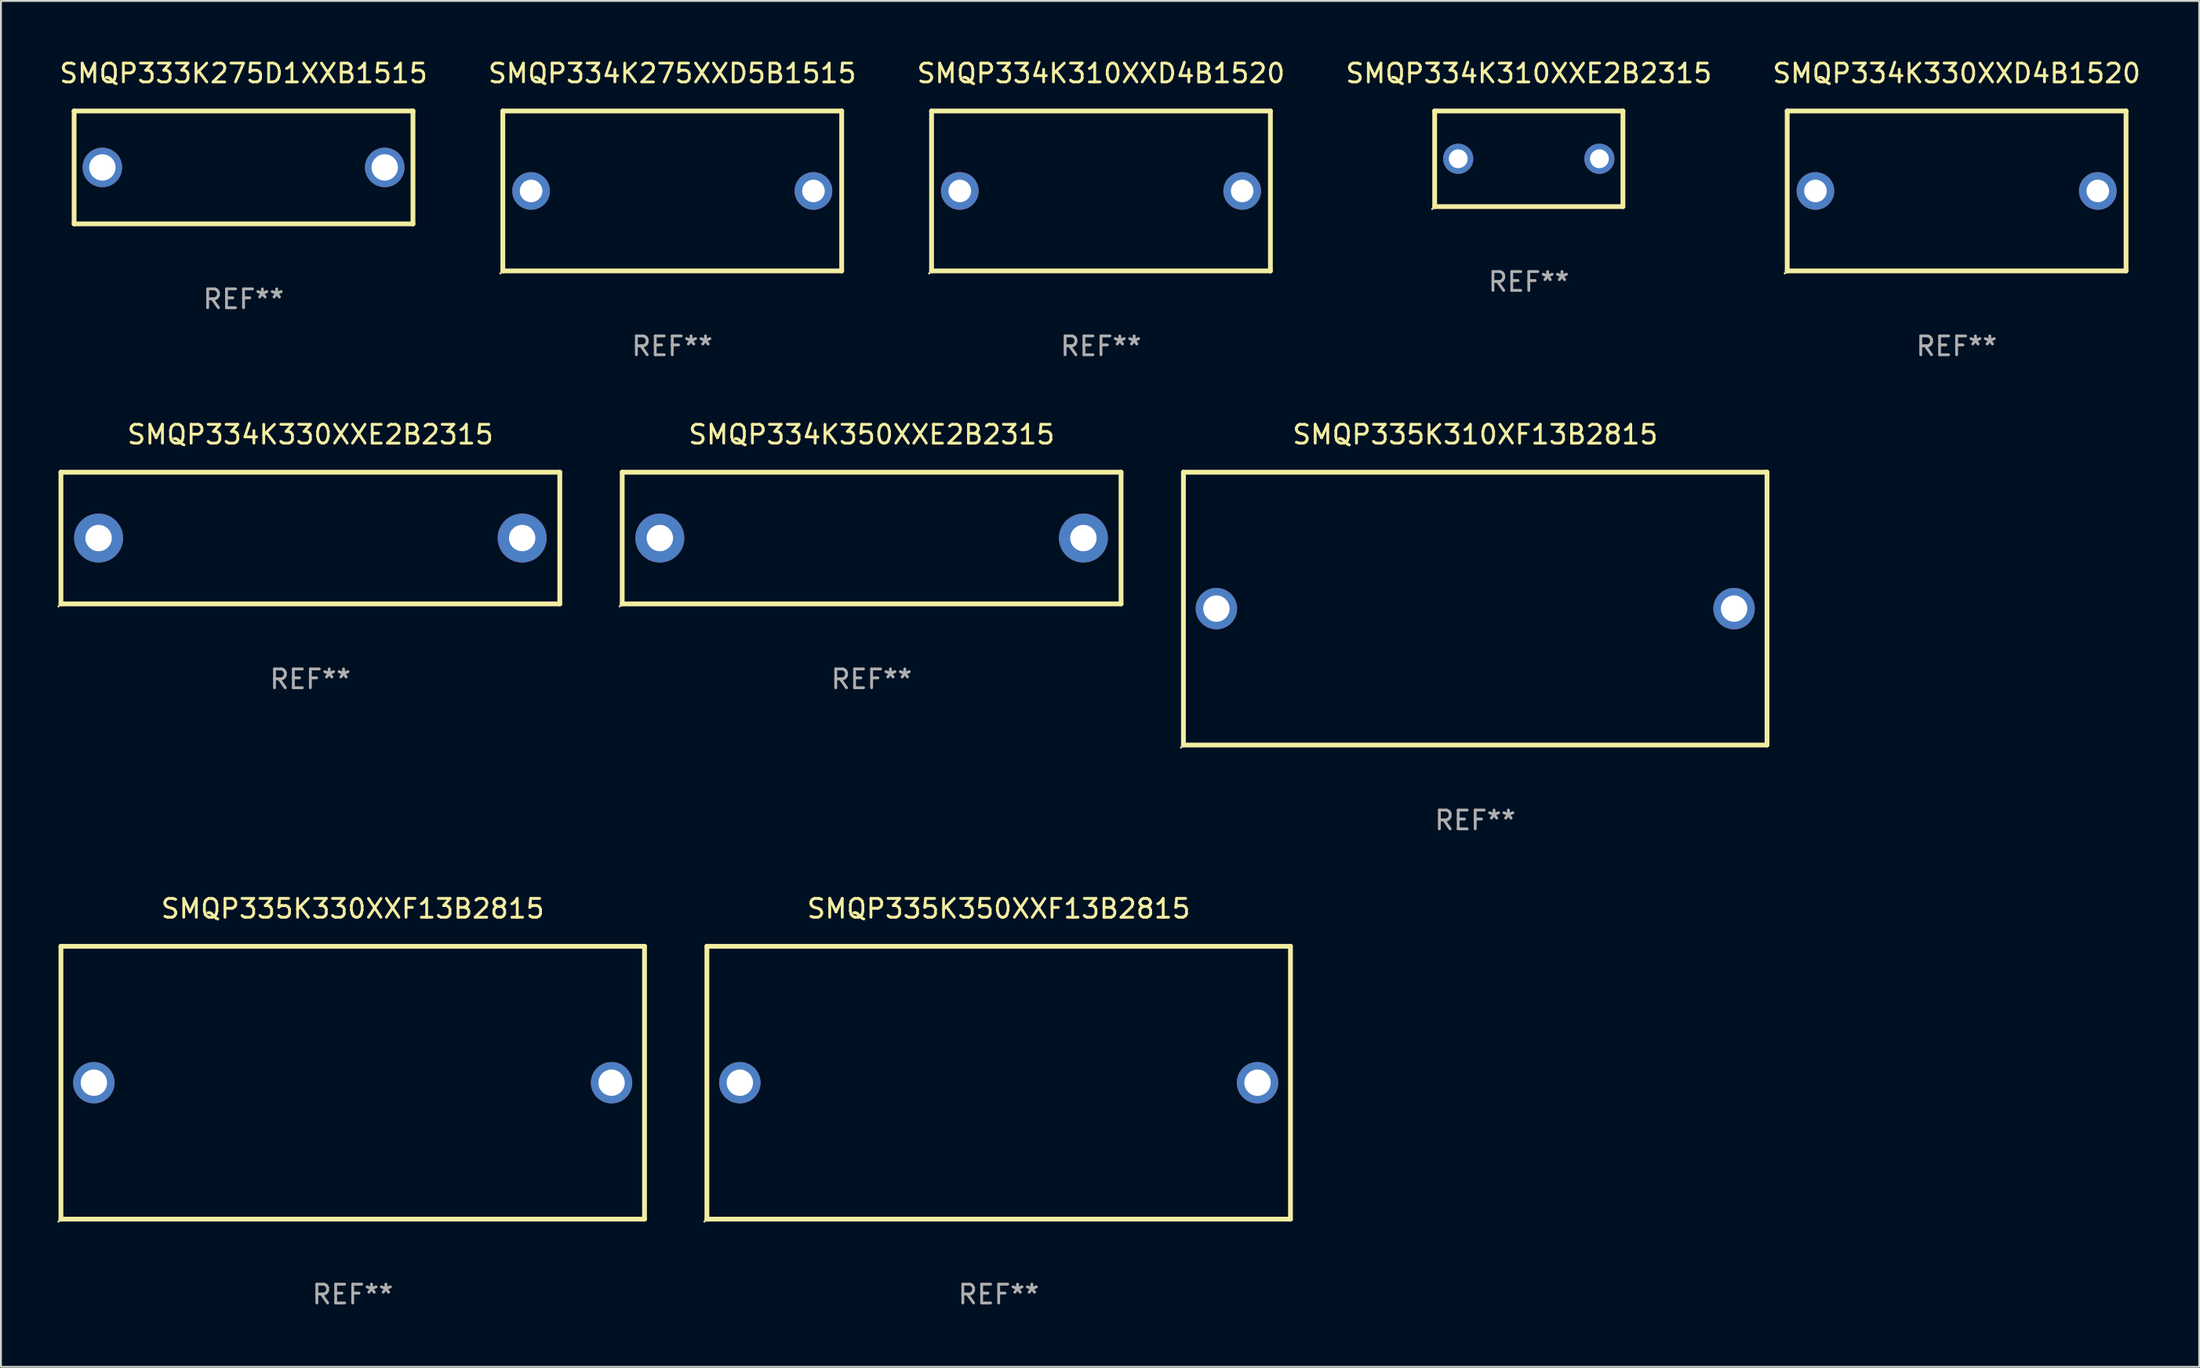
<source format=kicad_pcb>
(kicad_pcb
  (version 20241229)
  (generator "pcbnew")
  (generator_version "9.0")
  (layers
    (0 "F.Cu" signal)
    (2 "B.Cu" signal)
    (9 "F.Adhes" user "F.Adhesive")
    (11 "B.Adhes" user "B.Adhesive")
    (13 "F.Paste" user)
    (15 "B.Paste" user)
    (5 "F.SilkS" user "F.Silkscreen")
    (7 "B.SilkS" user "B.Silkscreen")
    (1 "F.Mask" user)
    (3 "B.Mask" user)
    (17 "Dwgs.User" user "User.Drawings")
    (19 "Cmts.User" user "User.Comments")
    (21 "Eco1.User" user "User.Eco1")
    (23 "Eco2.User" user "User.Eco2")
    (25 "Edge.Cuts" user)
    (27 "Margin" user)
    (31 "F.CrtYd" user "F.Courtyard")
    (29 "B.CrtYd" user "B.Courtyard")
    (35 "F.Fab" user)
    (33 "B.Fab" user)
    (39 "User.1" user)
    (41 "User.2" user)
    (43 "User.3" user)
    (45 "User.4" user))
  (footprint "SMQP334K310XXD4B1520"
    (layer "F.Cu")
    (at 55.435 7.098)
    (property "Reference" "SMQP334K310XXD4B1520" (at 0 -6.25 0) (layer "F.SilkS") (effects (font (size 1 1) (thickness 0.15))))
    (attr through_hole)
    (fp_line (start -9 -4.25) (end -9 4.25) (stroke (width 0.254) (type solid)) (layer "F.SilkS"))
    (fp_line (start -9 -4.25) (end 9 -4.25) (stroke (width 0.254) (type solid)) (layer "F.SilkS"))
    (fp_line (start 9 4.25) (end -9 4.25) (stroke (width 0.254) (type solid)) (layer "F.SilkS"))
    (fp_line (start 9 4.25) (end 9 -4.25) (stroke (width 0.254) (type solid)) (layer "F.SilkS"))
    (fp_circle (center -9.127 4.377) (end -9.097 4.377) (stroke (width 0.06) (type solid)) (fill no) (layer "F.SilkS"))
    (fp_text user "REF**" (at 0 8.25 0) (layer "F.Fab") (effects (font (size 1 1) (thickness 0.15))))
    (pad "1" thru_hole circle (at -7.5 0) (size 2 2) (drill 1.2) (layers "*.Cu" "*.Mask"))
    (pad "2" thru_hole circle (at 7.5 0) (size 2 2) (drill 1.2) (layers "*.Cu" "*.Mask")))
  (footprint "SMQP334K330XXE2B2315"
    (layer "F.Cu")
    (at 13.437 25.545)
    (property "Reference" "SMQP334K330XXE2B2315" (at 0 -5.5 0) (layer "F.SilkS") (effects (font (size 1 1) (thickness 0.15))))
    (attr through_hole)
    (fp_line (start -13.25 -3.5) (end 13.25 -3.5) (stroke (width 0.254) (type solid)) (layer "F.SilkS"))
    (fp_line (start -13.25 3.5) (end -13.25 -3.5) (stroke (width 0.254) (type solid)) (layer "F.SilkS"))
    (fp_line (start 13.25 -3.5) (end 13.25 3.5) (stroke (width 0.254) (type solid)) (layer "F.SilkS"))
    (fp_line (start 13.25 3.5) (end -13.25 3.5) (stroke (width 0.254) (type solid)) (layer "F.SilkS"))
    (fp_circle (center -13.377 3.627) (end -13.347 3.627) (stroke (width 0.06) (type solid)) (fill no) (layer "F.SilkS"))
    (fp_text user "REF**" (at 0 7.5 0) (layer "F.Fab") (effects (font (size 1 1) (thickness 0.15))))
    (pad "1" thru_hole circle (at -11.25 0) (size 2.6 2.6) (drill 1.4) (layers "*.Cu" "*.Mask"))
    (pad "2" thru_hole circle (at 11.25 0) (size 2.6 2.6) (drill 1.4) (layers "*.Cu" "*.Mask")))
  (footprint "SMQP335K310XF13B2815"
    (layer "F.Cu")
    (at 75.315 29.295)
    (property "Reference" "SMQP335K310XF13B2815" (at 0 -9.25 0) (layer "F.SilkS") (effects (font (size 1 1) (thickness 0.15))))
    (attr through_hole)
    (fp_line (start -15.5 -7.25) (end 15.5 -7.25) (stroke (width 0.254) (type solid)) (layer "F.SilkS"))
    (fp_line (start -15.5 7.25) (end -15.5 -7.25) (stroke (width 0.254) (type solid)) (layer "F.SilkS"))
    (fp_line (start 15.5 -7.25) (end 15.5 7.25) (stroke (width 0.254) (type solid)) (layer "F.SilkS"))
    (fp_line (start 15.5 7.25) (end -15.5 7.25) (stroke (width 0.254) (type solid)) (layer "F.SilkS"))
    (fp_circle (center -15.627 7.377) (end -15.597 7.377) (stroke (width 0.06) (type solid)) (fill no) (layer "F.SilkS"))
    (fp_text user "REF**" (at 0 11.25 0) (layer "F.Fab") (effects (font (size 1 1) (thickness 0.15))))
    (pad "1" thru_hole circle (at -13.75 -0.000013) (size 2.2 2.2) (drill 1.4) (layers "*.Cu" "*.Mask"))
    (pad "2" thru_hole circle (at 13.75 -0.000013) (size 2.2 2.2) (drill 1.4) (layers "*.Cu" "*.Mask")))
  (footprint "SMQP335K350XXF13B2815"
    (layer "F.Cu")
    (at 50.001 54.491)
    (property "Reference" "SMQP335K350XXF13B2815" (at 0 -9.25 0) (layer "F.SilkS") (effects (font (size 1 1) (thickness 0.15))))
    (attr through_hole)
    (fp_line (start -15.5 -7.25) (end 15.5 -7.25) (stroke (width 0.254) (type solid)) (layer "F.SilkS"))
    (fp_line (start -15.5 7.25) (end -15.5 -7.25) (stroke (width 0.254) (type solid)) (layer "F.SilkS"))
    (fp_line (start 15.5 -7.25) (end 15.5 7.25) (stroke (width 0.254) (type solid)) (layer "F.SilkS"))
    (fp_line (start 15.5 7.25) (end -15.5 7.25) (stroke (width 0.254) (type solid)) (layer "F.SilkS"))
    (fp_circle (center -15.627 7.377) (end -15.597 7.377) (stroke (width 0.06) (type solid)) (fill no) (layer "F.SilkS"))
    (fp_text user "REF**" (at 0 11.25 0) (layer "F.Fab") (effects (font (size 1 1) (thickness 0.15))))
    (pad "1" thru_hole circle (at -13.75 -0.000013) (size 2.2 2.2) (drill 1.4) (layers "*.Cu" "*.Mask"))
    (pad "2" thru_hole circle (at 13.75 -0.000013) (size 2.2 2.2) (drill 1.4) (layers "*.Cu" "*.Mask")))
  (footprint "SMQP334K330XXD4B1520"
    (layer "F.Cu")
    (at 100.887 7.098)
    (property "Reference" "SMQP334K330XXD4B1520" (at 0 -6.25 0) (layer "F.SilkS") (effects (font (size 1 1) (thickness 0.15))))
    (attr through_hole)
    (fp_line (start -9 -4.25) (end -9 4.25) (stroke (width 0.254) (type solid)) (layer "F.SilkS"))
    (fp_line (start -9 -4.25) (end 9 -4.25) (stroke (width 0.254) (type solid)) (layer "F.SilkS"))
    (fp_line (start 9 4.25) (end -9 4.25) (stroke (width 0.254) (type solid)) (layer "F.SilkS"))
    (fp_line (start 9 4.25) (end 9 -4.25) (stroke (width 0.254) (type solid)) (layer "F.SilkS"))
    (fp_circle (center -9.127 4.377) (end -9.097 4.377) (stroke (width 0.06) (type solid)) (fill no) (layer "F.SilkS"))
    (fp_text user "REF**" (at 0 8.25 0) (layer "F.Fab") (effects (font (size 1 1) (thickness 0.15))))
    (pad "1" thru_hole circle (at -7.5 0) (size 2 2) (drill 1.2) (layers "*.Cu" "*.Mask"))
    (pad "2" thru_hole circle (at 7.5 0) (size 2 2) (drill 1.2) (layers "*.Cu" "*.Mask")))
  (footprint "SMQP335K330XXF13B2815"
    (layer "F.Cu")
    (at 15.687 54.491)
    (property "Reference" "SMQP335K330XXF13B2815" (at 0 -9.25 0) (layer "F.SilkS") (effects (font (size 1 1) (thickness 0.15))))
    (attr through_hole)
    (fp_line (start -15.5 -7.25) (end 15.5 -7.25) (stroke (width 0.254) (type solid)) (layer "F.SilkS"))
    (fp_line (start -15.5 7.25) (end -15.5 -7.25) (stroke (width 0.254) (type solid)) (layer "F.SilkS"))
    (fp_line (start 15.5 -7.25) (end 15.5 7.25) (stroke (width 0.254) (type solid)) (layer "F.SilkS"))
    (fp_line (start 15.5 7.25) (end -15.5 7.25) (stroke (width 0.254) (type solid)) (layer "F.SilkS"))
    (fp_circle (center -15.627 7.377) (end -15.597 7.377) (stroke (width 0.06) (type solid)) (fill no) (layer "F.SilkS"))
    (fp_text user "REF**" (at 0 11.25 0) (layer "F.Fab") (effects (font (size 1 1) (thickness 0.15))))
    (pad "1" thru_hole circle (at -13.75 -0.000013) (size 2.2 2.2) (drill 1.4) (layers "*.Cu" "*.Mask"))
    (pad "2" thru_hole circle (at 13.75 -0.000013) (size 2.2 2.2) (drill 1.4) (layers "*.Cu" "*.Mask")))
  (footprint "SMQP333K275D1XXB1515"
    (layer "F.Cu")
    (at 9.887 5.848)
    (property "Reference" "SMQP333K275D1XXB1515" (at 0 -5 0) (layer "F.SilkS") (effects (font (size 1 1) (thickness 0.15))))
    (attr through_hole)
    (fp_line (start -9 -3) (end 9 -3) (stroke (width 0.254) (type solid)) (layer "F.SilkS"))
    (fp_line (start -9 3) (end -9 -3) (stroke (width 0.254) (type solid)) (layer "F.SilkS"))
    (fp_line (start 9 -3) (end 9 3) (stroke (width 0.254) (type solid)) (layer "F.SilkS"))
    (fp_line (start 9 3) (end -9 3) (stroke (width 0.254) (type solid)) (layer "F.SilkS"))
    (fp_circle (center -9 3) (end -8.97 3) (stroke (width 0.06) (type solid)) (fill no) (layer "F.SilkS"))
    (fp_text user "REF**" (at 0 7 0) (layer "F.Fab") (effects (font (size 1 1) (thickness 0.15))))
    (pad "1" thru_hole circle (at -7.5 0) (size 2.1 2.1) (drill 1.4) (layers "*.Cu" "*.Mask"))
    (pad "2" thru_hole circle (at 7.5 0) (size 2.1 2.1) (drill 1.4) (layers "*.Cu" "*.Mask")))
  (footprint "SMQP334K350XXE2B2315"
    (layer "F.Cu")
    (at 43.251 25.545)
    (property "Reference" "SMQP334K350XXE2B2315" (at 0 -5.5 0) (layer "F.SilkS") (effects (font (size 1 1) (thickness 0.15))))
    (attr through_hole)
    (fp_line (start -13.25 -3.5) (end 13.25 -3.5) (stroke (width 0.254) (type solid)) (layer "F.SilkS"))
    (fp_line (start -13.25 3.5) (end -13.25 -3.5) (stroke (width 0.254) (type solid)) (layer "F.SilkS"))
    (fp_line (start 13.25 -3.5) (end 13.25 3.5) (stroke (width 0.254) (type solid)) (layer "F.SilkS"))
    (fp_line (start 13.25 3.5) (end -13.25 3.5) (stroke (width 0.254) (type solid)) (layer "F.SilkS"))
    (fp_circle (center -13.377 3.627) (end -13.347 3.627) (stroke (width 0.06) (type solid)) (fill no) (layer "F.SilkS"))
    (fp_text user "REF**" (at 0 7.5 0) (layer "F.Fab") (effects (font (size 1 1) (thickness 0.15))))
    (pad "1" thru_hole circle (at -11.25 0) (size 2.6 2.6) (drill 1.4) (layers "*.Cu" "*.Mask"))
    (pad "2" thru_hole circle (at 11.25 0) (size 2.6 2.6) (drill 1.4) (layers "*.Cu" "*.Mask")))
  (footprint "SMQP334K275XXD5B1515"
    (layer "F.Cu")
    (at 32.661 7.098)
    (property "Reference" "SMQP334K275XXD5B1515" (at 0 -6.25 0) (layer "F.SilkS") (effects (font (size 1 1) (thickness 0.15))))
    (attr through_hole)
    (fp_line (start -9 -4.25) (end -9 4.25) (stroke (width 0.254) (type solid)) (layer "F.SilkS"))
    (fp_line (start -9 -4.25) (end 9 -4.25) (stroke (width 0.254) (type solid)) (layer "F.SilkS"))
    (fp_line (start 9 4.25) (end -9 4.25) (stroke (width 0.254) (type solid)) (layer "F.SilkS"))
    (fp_line (start 9 4.25) (end 9 -4.25) (stroke (width 0.254) (type solid)) (layer "F.SilkS"))
    (fp_circle (center -9.127 4.377) (end -9.097 4.377) (stroke (width 0.06) (type solid)) (fill no) (layer "F.SilkS"))
    (fp_text user "REF**" (at 0 8.25 0) (layer "F.Fab") (effects (font (size 1 1) (thickness 0.15))))
    (pad "1" thru_hole circle (at -7.5 0) (size 2 2) (drill 1.2) (layers "*.Cu" "*.Mask"))
    (pad "2" thru_hole circle (at 7.5 0) (size 2 2) (drill 1.2) (layers "*.Cu" "*.Mask")))
  (footprint "SMQP334K310XXE2B2315"
    (layer "F.Cu")
    (at 78.161 5.388)
    (property "Reference" "SMQP334K310XXE2B2315" (at 0 -4.54 0) (layer "F.SilkS") (effects (font (size 1 1) (thickness 0.15))))
    (attr through_hole)
    (fp_line (start -5 -2.54) (end 5 -2.54) (stroke (width 0.254) (type solid)) (layer "F.SilkS"))
    (fp_line (start -5 2.54) (end -5 -2.54) (stroke (width 0.254) (type solid)) (layer "F.SilkS"))
    (fp_line (start -5 2.54) (end 5 2.54) (stroke (width 0.254) (type solid)) (layer "F.SilkS"))
    (fp_line (start 5 -2.54) (end 5 2.54) (stroke (width 0.254) (type solid)) (layer "F.SilkS"))
    (fp_circle (center -5.127 2.667) (end -5.097 2.667) (stroke (width 0.06) (type solid)) (fill no) (layer "F.SilkS"))
    (fp_text user "REF**" (at 0 6.54 0) (layer "F.Fab") (effects (font (size 1 1) (thickness 0.15))))
    (pad "1" thru_hole circle (at -3.75 0) (size 1.6 1.6) (drill 1) (layers "*.Cu" "*.Mask"))
    (pad "2" thru_hole circle (at 3.75 0) (size 1.6 1.6) (drill 1) (layers "*.Cu" "*.Mask")))
  (gr_rect
    (start -3 -3)
    (end 113.774 69.59)
    (stroke (width 0.1) (type default))
    (fill no)
    (layer "Edge.Cuts")))
</source>
